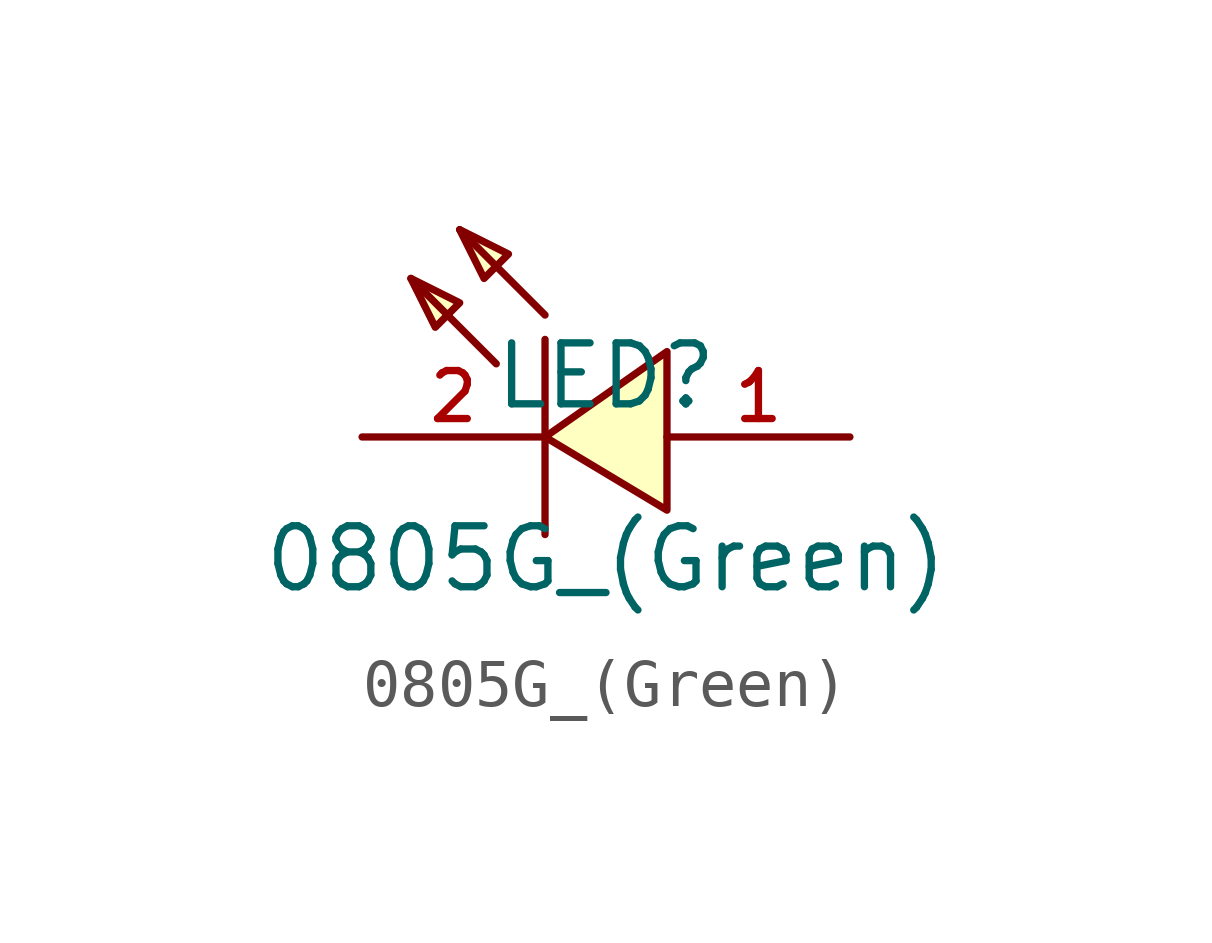
<source format=kicad_sym>
(kicad_symbol_lib
  (version 20210201)
  (generator TousstNicolas/JLC2KiCad_lib)
  (symbol "0805G_(Green)"
    (pin_names hide)
    (property "Reference" "LED"
      (at 0 1.27 0)
      (effects (font (size 1.27 1.27))))
    (property "Value" "0805G_(Green)"
      (at 0 -2.54 0)
      (effects (font (size 1.27 1.27))))
    (symbol "0805G_(Green)_0_1"
      (polyline (pts (xy -4.064 3.302) (xy -3.048 2.794) (xy -3.556 2.286) (xy -4.064 3.302)) (stroke (width 0) (type default) (color 0 0 0 0)) (fill (type background)))
      (polyline (pts (xy -3.048 4.318) (xy -2.032 3.81) (xy -2.54 3.302) (xy -3.048 4.318)) (stroke (width 0) (type default) (color 0 0 0 0)) (fill (type background)))
      (pin unspecified line (at -5.08 -0.0 0) (length 3.81) (name "K" (effects (font (size 1 1)))) (number "2" (effects (font (size 1 1)))))
      (polyline (pts (xy -2.286 1.524) (xy -4.064 3.302)) (stroke (width 0) (type default) (color 0 0 0 0)) (fill (type none)))
      (polyline (pts (xy -1.27 2.54) (xy -3.048 4.318)) (stroke (width 0) (type default) (color 0 0 0 0)) (fill (type none)))
      (pin unspecified line (at 5.08 -0.0 180) (length 3.81) (name "A" (effects (font (size 1 1)))) (number "1" (effects (font (size 1 1)))))
      (polyline (pts (xy -1.27 2.032) (xy -1.27 -2.032)) (stroke (width 0) (type default) (color 0 0 0 0)) (fill (type none)))
      (polyline (pts (xy 1.27 -1.524) (xy -1.27 -0.0) (xy 1.27 1.778) (xy 1.27 -1.524)) (stroke (width 0) (type default) (color 0 0 0 0)) (fill (type background))))))
</source>
